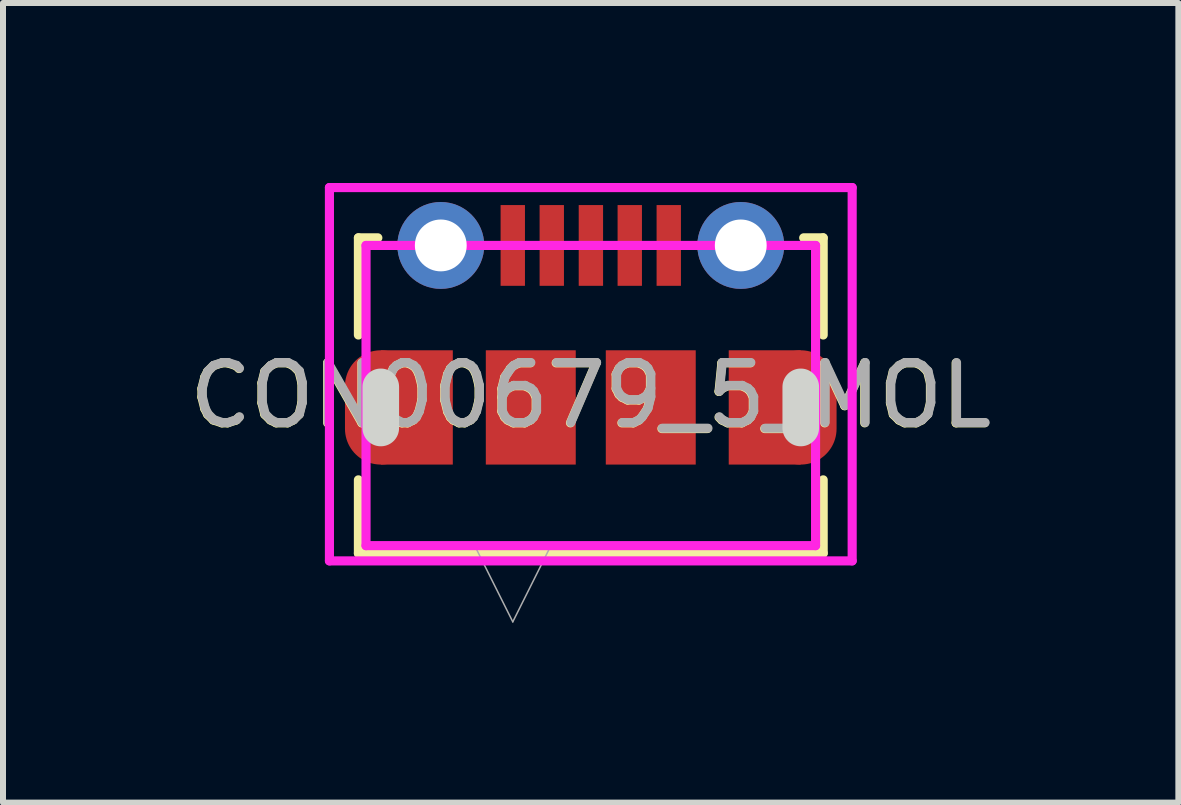
<source format=kicad_pcb>
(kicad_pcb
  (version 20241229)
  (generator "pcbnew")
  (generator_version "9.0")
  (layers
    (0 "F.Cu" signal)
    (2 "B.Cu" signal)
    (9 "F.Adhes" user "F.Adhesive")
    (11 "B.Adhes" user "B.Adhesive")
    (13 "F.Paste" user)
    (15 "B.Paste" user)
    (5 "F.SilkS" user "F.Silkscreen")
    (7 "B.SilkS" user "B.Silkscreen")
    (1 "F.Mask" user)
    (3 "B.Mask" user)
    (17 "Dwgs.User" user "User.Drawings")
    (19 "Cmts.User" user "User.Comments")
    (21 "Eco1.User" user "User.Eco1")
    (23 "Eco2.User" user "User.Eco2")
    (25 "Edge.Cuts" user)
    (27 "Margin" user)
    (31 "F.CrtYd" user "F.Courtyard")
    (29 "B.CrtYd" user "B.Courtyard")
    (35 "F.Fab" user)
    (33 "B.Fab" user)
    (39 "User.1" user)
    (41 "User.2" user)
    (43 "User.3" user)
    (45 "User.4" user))
  (footprint "CON00679_5_MOL"
    (layer "F.Cu")
    (at 6.799 3.545)
    (property "Reference" "CON00679_5_MOL" (at -0.008 -0.001 0) (unlocked yes) (layer "F.SilkS") (effects (font (size 1 1) (thickness 0.15))))
    (attr smd)
    (fp_line (start -3.875 -2.631) (end -3.875 -1.011) (stroke (width 0.152) (type solid)) (layer "F.SilkS"))
    (fp_line (start -3.875 1.403) (end -3.875 2.627) (stroke (width 0.152) (type solid)) (layer "F.SilkS"))
    (fp_line (start -3.875 2.627) (end 3.872 2.627) (stroke (width 0.152) (type solid)) (layer "F.SilkS"))
    (fp_line (start -3.551 -2.631) (end -3.875 -2.631) (stroke (width 0.152) (type solid)) (layer "F.SilkS"))
    (fp_line (start 3.872 -2.631) (end 3.547 -2.631) (stroke (width 0.152) (type solid)) (layer "F.SilkS"))
    (fp_line (start 3.872 -1.011) (end 3.872 -2.631) (stroke (width 0.152) (type solid)) (layer "F.SilkS"))
    (fp_line (start 3.872 2.627) (end 3.872 1.403) (stroke (width 0.152) (type solid)) (layer "F.SilkS"))
    (fp_line (start -3.502 -0.147) (end -3.502 0.539) (stroke (width 0.61) (type solid)) (layer "Edge.Cuts"))
    (fp_line (start 3.498 -0.147) (end 3.498 0.539) (stroke (width 0.61) (type solid)) (layer "Edge.Cuts"))
    (fp_line (start -4.358 -3.469) (end -4.358 2.754) (stroke (width 0.152) (type solid)) (layer "F.CrtYd"))
    (fp_line (start -4.358 2.754) (end 4.355 2.754) (stroke (width 0.152) (type solid)) (layer "F.CrtYd"))
    (fp_line (start -3.748 -2.504) (end -3.748 2.5) (stroke (width 0.152) (type solid)) (layer "F.CrtYd"))
    (fp_line (start -3.748 2.5) (end 3.745 2.5) (stroke (width 0.152) (type solid)) (layer "F.CrtYd"))
    (fp_line (start 3.745 -2.504) (end -3.748 -2.504) (stroke (width 0.152) (type solid)) (layer "F.CrtYd"))
    (fp_line (start 3.745 -2.504) (end 3.745 2.5) (stroke (width 0.152) (type solid)) (layer "F.CrtYd"))
    (fp_line (start 4.355 -3.469) (end -4.358 -3.469) (stroke (width 0.152) (type solid)) (layer "F.CrtYd"))
    (fp_line (start 4.355 -3.469) (end 4.355 2.754) (stroke (width 0.152) (type solid)) (layer "F.CrtYd"))
    (fp_line (start -3.748 -2.504) (end -3.748 2.5) (stroke (width 0.025) (type solid)) (layer "F.Fab"))
    (fp_line (start -3.748 2.5) (end 3.745 2.5) (stroke (width 0.025) (type solid)) (layer "F.Fab"))
    (fp_line (start -1.937 2.5) (end -1.302 3.77) (stroke (width 0.025) (type solid)) (layer "F.Fab"))
    (fp_line (start -0.667 2.5) (end -1.302 3.77) (stroke (width 0.025) (type solid)) (layer "F.Fab"))
    (fp_line (start 3.745 -2.504) (end -3.748 -2.504) (stroke (width 0.025) (type solid)) (layer "F.Fab"))
    (fp_line (start 3.745 2.5) (end 3.745 -2.504) (stroke (width 0.025) (type solid)) (layer "F.Fab"))
    (fp_text user "${REFERENCE}" (at 0 -0.008 0) (unlocked yes) (layer "F.Fab") (effects (font (size 1 1) (thickness 0.15))))
    (pad "1" smd rect (at -1.302 -2.504) (size 0.406 1.346) (layers "F.Cu" "F.Mask" "F.Paste"))
    (pad "2" smd rect (at -0.652 -2.504) (size 0.406 1.346) (layers "F.Cu" "F.Mask" "F.Paste"))
    (pad "3" smd rect (at 0 -2.504) (size 0.406 1.346) (layers "F.Cu" "F.Mask" "F.Paste"))
    (pad "4" smd rect (at 0.648 -2.504) (size 0.406 1.346) (layers "F.Cu" "F.Mask" "F.Paste"))
    (pad "5" smd rect (at 1.298 -2.504) (size 0.406 1.346) (layers "F.Cu" "F.Mask" "F.Paste"))
    (pad "6" thru_hole circle (at -2.502 -2.504 90) (size 1.448 1.448) (drill 0.864) (layers "*.Cu" "*.Mask"))
    (pad "7" thru_hole circle (at 2.498 -2.504 90) (size 1.448 1.448) (drill 0.864) (layers "*.Cu" "*.Mask"))
    (pad "8" smd rect (at -1.002 0.196) (size 1.499 1.905) (layers "F.Cu" "F.Mask" "F.Paste"))
    (pad "9" smd rect (at 0.998 0.196) (size 1.499 1.905) (layers "F.Cu" "F.Mask" "F.Paste"))
    (pad "10" smd oval (at -3.502 0.196) (size 1.194 1.905) (layers "F.Cu" "F.Mask" "F.Paste"))
    (pad "11" smd oval (at 3.498 0.196) (size 1.194 1.905) (layers "F.Cu" "F.Mask" "F.Paste"))
    (pad "12" smd rect (at -2.902 0.196) (size 1.201 1.905) (layers "F.Cu" "F.Mask" "F.Paste"))
    (pad "13" smd rect (at 2.898 0.196) (size 1.201 1.905) (layers "F.Cu" "F.Mask" "F.Paste")))
  (gr_rect
    (start -3 -3)
    (end 16.591 10.328)
    (stroke (width 0.1) (type default))
    (fill no)
    (layer "Edge.Cuts")))
</source>
